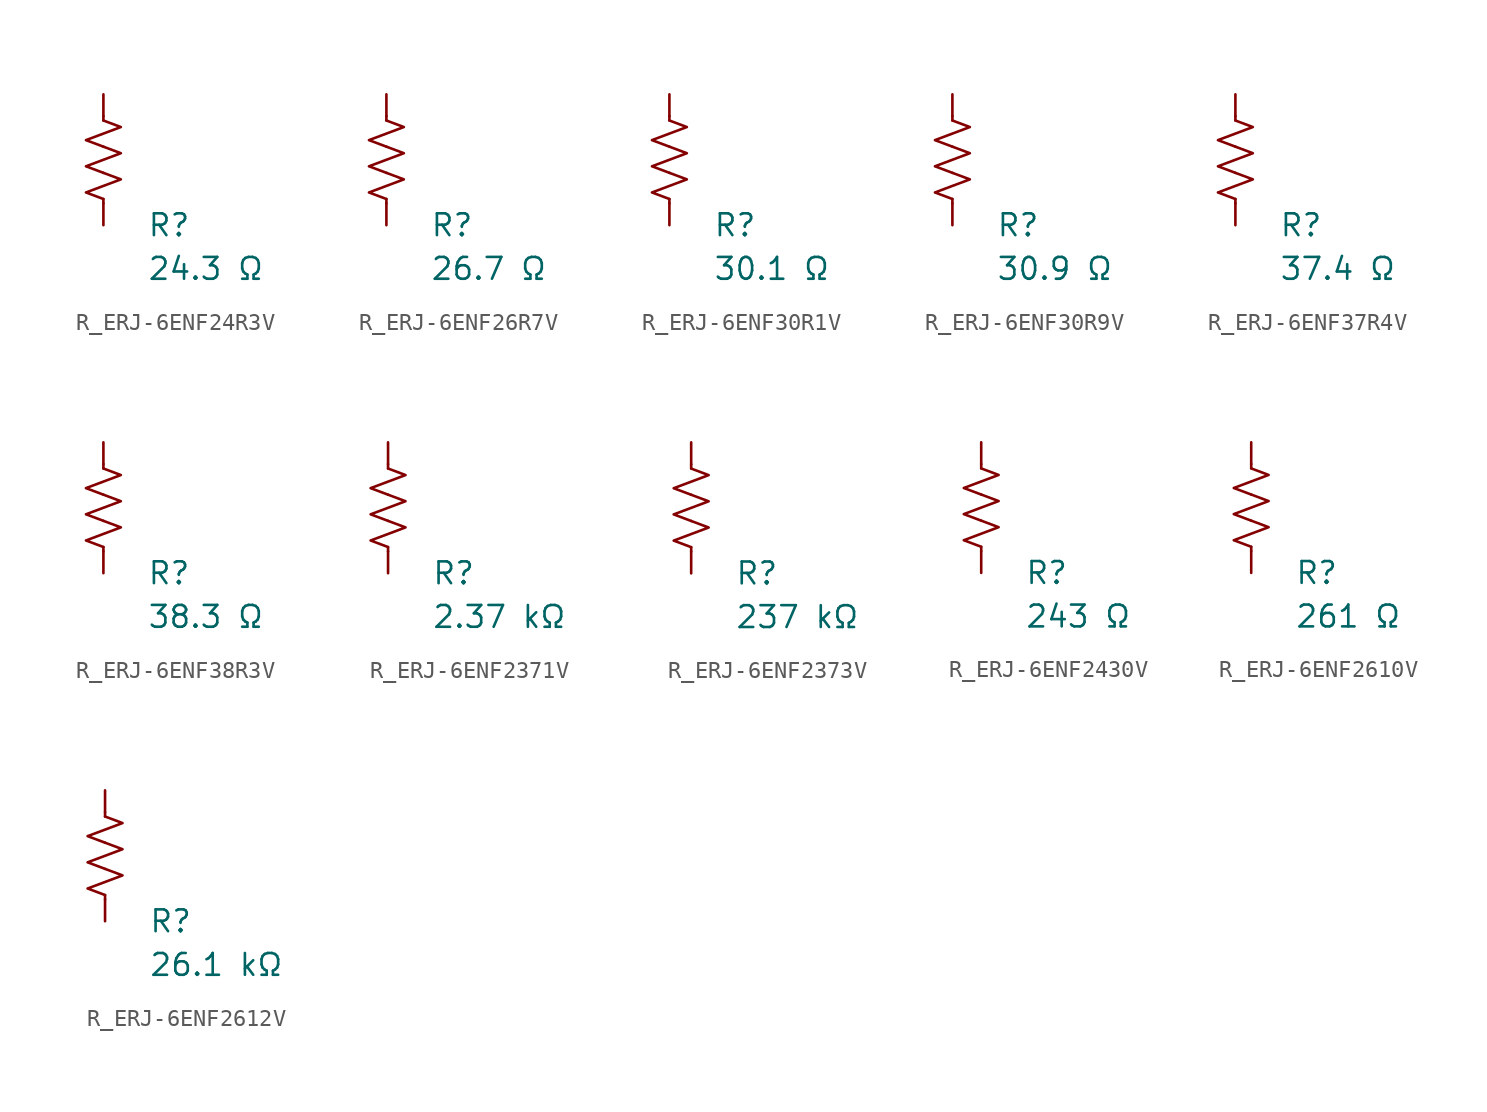
<source format=kicad_sym>
(kicad_symbol_lib
  (version 20231120)
  (generator "kicad_symbol_editor")
  (generator_version "8.0")
  (symbol "R_ERJ-6ENF24R3V"
    (pin_numbers hide)
    (pin_names
      (offset 0))
    (property "Reference" "R"
      (at 2.54 -3.81 0)
      (effects (font (size 1.27 1.27)) (justify left))
      (show_name no))
    (property "Value" "24.3 Ω"
      (at 2.54 -6.35 0)
      (effects (font (size 1.27 1.27)) (justify left))
      (show_name no))
    (symbol "R_ERJ-6ENF24R3V_0_1"
      (polyline (pts (xy 0 -2.286) (xy 0 -2.54)) (stroke (width 0) (type default)) (fill (type none)))
      (polyline (pts (xy 0 2.286) (xy 0 2.54)) (stroke (width 0) (type default)) (fill (type none)))
      (polyline (pts (xy 0 -0.762) (xy 1.016 -1.143) (xy 0 -1.524) (xy -1.016 -1.905) (xy 0 -2.286)) (stroke (width 0) (type default)) (fill (type none)))
      (polyline (pts (xy 0 0.762) (xy 1.016 0.381) (xy 0 0) (xy -1.016 -0.381) (xy 0 -0.762)) (stroke (width 0) (type default)) (fill (type none)))
      (polyline (pts (xy 0 2.286) (xy 1.016 1.905) (xy 0 1.524) (xy -1.016 1.143) (xy 0 0.762)) (stroke (width 0) (type default)) (fill (type none))))
    (symbol "R_ERJ-6ENF24R3V_1_1"
      (pin passive line (at 0 3.81 270) (length 1.27) (name "~" (effects (font (size 1.27 1.27)))) (number "1" (effects (font (size 1.27 1.27)))))
      (pin passive line (at 0 -3.81 90) (length 1.27) (name "~" (effects (font (size 1.27 1.27)))) (number "2" (effects (font (size 1.27 1.27)))))))
  (symbol "R_ERJ-6ENF26R7V"
    (pin_numbers hide)
    (pin_names
      (offset 0))
    (property "Reference" "R"
      (at 2.54 -3.81 0)
      (effects (font (size 1.27 1.27)) (justify left))
      (show_name no))
    (property "Value" "26.7 Ω"
      (at 2.54 -6.35 0)
      (effects (font (size 1.27 1.27)) (justify left))
      (show_name no))
    (symbol "R_ERJ-6ENF26R7V_0_1"
      (polyline (pts (xy 0 -2.286) (xy 0 -2.54)) (stroke (width 0) (type default)) (fill (type none)))
      (polyline (pts (xy 0 2.286) (xy 0 2.54)) (stroke (width 0) (type default)) (fill (type none)))
      (polyline (pts (xy 0 -0.762) (xy 1.016 -1.143) (xy 0 -1.524) (xy -1.016 -1.905) (xy 0 -2.286)) (stroke (width 0) (type default)) (fill (type none)))
      (polyline (pts (xy 0 0.762) (xy 1.016 0.381) (xy 0 0) (xy -1.016 -0.381) (xy 0 -0.762)) (stroke (width 0) (type default)) (fill (type none)))
      (polyline (pts (xy 0 2.286) (xy 1.016 1.905) (xy 0 1.524) (xy -1.016 1.143) (xy 0 0.762)) (stroke (width 0) (type default)) (fill (type none))))
    (symbol "R_ERJ-6ENF26R7V_1_1"
      (pin passive line (at 0 3.81 270) (length 1.27) (name "~" (effects (font (size 1.27 1.27)))) (number "1" (effects (font (size 1.27 1.27)))))
      (pin passive line (at 0 -3.81 90) (length 1.27) (name "~" (effects (font (size 1.27 1.27)))) (number "2" (effects (font (size 1.27 1.27)))))))
  (symbol "R_ERJ-6ENF30R1V"
    (pin_numbers hide)
    (pin_names
      (offset 0))
    (property "Reference" "R"
      (at 2.54 -3.81 0)
      (effects (font (size 1.27 1.27)) (justify left))
      (show_name no))
    (property "Value" "30.1 Ω"
      (at 2.54 -6.35 0)
      (effects (font (size 1.27 1.27)) (justify left))
      (show_name no))
    (symbol "R_ERJ-6ENF30R1V_0_1"
      (polyline (pts (xy 0 -2.286) (xy 0 -2.54)) (stroke (width 0) (type default)) (fill (type none)))
      (polyline (pts (xy 0 2.286) (xy 0 2.54)) (stroke (width 0) (type default)) (fill (type none)))
      (polyline (pts (xy 0 -0.762) (xy 1.016 -1.143) (xy 0 -1.524) (xy -1.016 -1.905) (xy 0 -2.286)) (stroke (width 0) (type default)) (fill (type none)))
      (polyline (pts (xy 0 0.762) (xy 1.016 0.381) (xy 0 0) (xy -1.016 -0.381) (xy 0 -0.762)) (stroke (width 0) (type default)) (fill (type none)))
      (polyline (pts (xy 0 2.286) (xy 1.016 1.905) (xy 0 1.524) (xy -1.016 1.143) (xy 0 0.762)) (stroke (width 0) (type default)) (fill (type none))))
    (symbol "R_ERJ-6ENF30R1V_1_1"
      (pin passive line (at 0 3.81 270) (length 1.27) (name "~" (effects (font (size 1.27 1.27)))) (number "1" (effects (font (size 1.27 1.27)))))
      (pin passive line (at 0 -3.81 90) (length 1.27) (name "~" (effects (font (size 1.27 1.27)))) (number "2" (effects (font (size 1.27 1.27)))))))
  (symbol "R_ERJ-6ENF30R9V"
    (pin_numbers hide)
    (pin_names
      (offset 0))
    (property "Reference" "R"
      (at 2.54 -3.81 0)
      (effects (font (size 1.27 1.27)) (justify left))
      (show_name no))
    (property "Value" "30.9 Ω"
      (at 2.54 -6.35 0)
      (effects (font (size 1.27 1.27)) (justify left))
      (show_name no))
    (symbol "R_ERJ-6ENF30R9V_0_1"
      (polyline (pts (xy 0 -2.286) (xy 0 -2.54)) (stroke (width 0) (type default)) (fill (type none)))
      (polyline (pts (xy 0 2.286) (xy 0 2.54)) (stroke (width 0) (type default)) (fill (type none)))
      (polyline (pts (xy 0 -0.762) (xy 1.016 -1.143) (xy 0 -1.524) (xy -1.016 -1.905) (xy 0 -2.286)) (stroke (width 0) (type default)) (fill (type none)))
      (polyline (pts (xy 0 0.762) (xy 1.016 0.381) (xy 0 0) (xy -1.016 -0.381) (xy 0 -0.762)) (stroke (width 0) (type default)) (fill (type none)))
      (polyline (pts (xy 0 2.286) (xy 1.016 1.905) (xy 0 1.524) (xy -1.016 1.143) (xy 0 0.762)) (stroke (width 0) (type default)) (fill (type none))))
    (symbol "R_ERJ-6ENF30R9V_1_1"
      (pin passive line (at 0 3.81 270) (length 1.27) (name "~" (effects (font (size 1.27 1.27)))) (number "1" (effects (font (size 1.27 1.27)))))
      (pin passive line (at 0 -3.81 90) (length 1.27) (name "~" (effects (font (size 1.27 1.27)))) (number "2" (effects (font (size 1.27 1.27)))))))
  (symbol "R_ERJ-6ENF37R4V"
    (pin_numbers hide)
    (pin_names
      (offset 0))
    (property "Reference" "R"
      (at 2.54 -3.81 0)
      (effects (font (size 1.27 1.27)) (justify left))
      (show_name no))
    (property "Value" "37.4 Ω"
      (at 2.54 -6.35 0)
      (effects (font (size 1.27 1.27)) (justify left))
      (show_name no))
    (symbol "R_ERJ-6ENF37R4V_0_1"
      (polyline (pts (xy 0 -2.286) (xy 0 -2.54)) (stroke (width 0) (type default)) (fill (type none)))
      (polyline (pts (xy 0 2.286) (xy 0 2.54)) (stroke (width 0) (type default)) (fill (type none)))
      (polyline (pts (xy 0 -0.762) (xy 1.016 -1.143) (xy 0 -1.524) (xy -1.016 -1.905) (xy 0 -2.286)) (stroke (width 0) (type default)) (fill (type none)))
      (polyline (pts (xy 0 0.762) (xy 1.016 0.381) (xy 0 0) (xy -1.016 -0.381) (xy 0 -0.762)) (stroke (width 0) (type default)) (fill (type none)))
      (polyline (pts (xy 0 2.286) (xy 1.016 1.905) (xy 0 1.524) (xy -1.016 1.143) (xy 0 0.762)) (stroke (width 0) (type default)) (fill (type none))))
    (symbol "R_ERJ-6ENF37R4V_1_1"
      (pin passive line (at 0 3.81 270) (length 1.27) (name "~" (effects (font (size 1.27 1.27)))) (number "1" (effects (font (size 1.27 1.27)))))
      (pin passive line (at 0 -3.81 90) (length 1.27) (name "~" (effects (font (size 1.27 1.27)))) (number "2" (effects (font (size 1.27 1.27)))))))
  (symbol "R_ERJ-6ENF38R3V"
    (pin_numbers hide)
    (pin_names
      (offset 0))
    (property "Reference" "R"
      (at 2.54 -3.81 0)
      (effects (font (size 1.27 1.27)) (justify left))
      (show_name no))
    (property "Value" "38.3 Ω"
      (at 2.54 -6.35 0)
      (effects (font (size 1.27 1.27)) (justify left))
      (show_name no))
    (symbol "R_ERJ-6ENF38R3V_0_1"
      (polyline (pts (xy 0 -2.286) (xy 0 -2.54)) (stroke (width 0) (type default)) (fill (type none)))
      (polyline (pts (xy 0 2.286) (xy 0 2.54)) (stroke (width 0) (type default)) (fill (type none)))
      (polyline (pts (xy 0 -0.762) (xy 1.016 -1.143) (xy 0 -1.524) (xy -1.016 -1.905) (xy 0 -2.286)) (stroke (width 0) (type default)) (fill (type none)))
      (polyline (pts (xy 0 0.762) (xy 1.016 0.381) (xy 0 0) (xy -1.016 -0.381) (xy 0 -0.762)) (stroke (width 0) (type default)) (fill (type none)))
      (polyline (pts (xy 0 2.286) (xy 1.016 1.905) (xy 0 1.524) (xy -1.016 1.143) (xy 0 0.762)) (stroke (width 0) (type default)) (fill (type none))))
    (symbol "R_ERJ-6ENF38R3V_1_1"
      (pin passive line (at 0 3.81 270) (length 1.27) (name "~" (effects (font (size 1.27 1.27)))) (number "1" (effects (font (size 1.27 1.27)))))
      (pin passive line (at 0 -3.81 90) (length 1.27) (name "~" (effects (font (size 1.27 1.27)))) (number "2" (effects (font (size 1.27 1.27)))))))
  (symbol "R_ERJ-6ENF2371V"
    (pin_numbers hide)
    (pin_names
      (offset 0))
    (property "Reference" "R"
      (at 2.54 -3.81 0)
      (effects (font (size 1.27 1.27)) (justify left))
      (show_name no))
    (property "Value" "2.37 kΩ"
      (at 2.54 -6.35 0)
      (effects (font (size 1.27 1.27)) (justify left))
      (show_name no))
    (symbol "R_ERJ-6ENF2371V_0_1"
      (polyline (pts (xy 0 -2.286) (xy 0 -2.54)) (stroke (width 0) (type default)) (fill (type none)))
      (polyline (pts (xy 0 2.286) (xy 0 2.54)) (stroke (width 0) (type default)) (fill (type none)))
      (polyline (pts (xy 0 -0.762) (xy 1.016 -1.143) (xy 0 -1.524) (xy -1.016 -1.905) (xy 0 -2.286)) (stroke (width 0) (type default)) (fill (type none)))
      (polyline (pts (xy 0 0.762) (xy 1.016 0.381) (xy 0 0) (xy -1.016 -0.381) (xy 0 -0.762)) (stroke (width 0) (type default)) (fill (type none)))
      (polyline (pts (xy 0 2.286) (xy 1.016 1.905) (xy 0 1.524) (xy -1.016 1.143) (xy 0 0.762)) (stroke (width 0) (type default)) (fill (type none))))
    (symbol "R_ERJ-6ENF2371V_1_1"
      (pin passive line (at 0 3.81 270) (length 1.27) (name "~" (effects (font (size 1.27 1.27)))) (number "1" (effects (font (size 1.27 1.27)))))
      (pin passive line (at 0 -3.81 90) (length 1.27) (name "~" (effects (font (size 1.27 1.27)))) (number "2" (effects (font (size 1.27 1.27)))))))
  (symbol "R_ERJ-6ENF2373V"
    (pin_numbers hide)
    (pin_names
      (offset 0))
    (property "Reference" "R"
      (at 2.54 -3.81 0)
      (effects (font (size 1.27 1.27)) (justify left))
      (show_name no))
    (property "Value" "237 kΩ"
      (at 2.54 -6.35 0)
      (effects (font (size 1.27 1.27)) (justify left))
      (show_name no))
    (symbol "R_ERJ-6ENF2373V_0_1"
      (polyline (pts (xy 0 -2.286) (xy 0 -2.54)) (stroke (width 0) (type default)) (fill (type none)))
      (polyline (pts (xy 0 2.286) (xy 0 2.54)) (stroke (width 0) (type default)) (fill (type none)))
      (polyline (pts (xy 0 -0.762) (xy 1.016 -1.143) (xy 0 -1.524) (xy -1.016 -1.905) (xy 0 -2.286)) (stroke (width 0) (type default)) (fill (type none)))
      (polyline (pts (xy 0 0.762) (xy 1.016 0.381) (xy 0 0) (xy -1.016 -0.381) (xy 0 -0.762)) (stroke (width 0) (type default)) (fill (type none)))
      (polyline (pts (xy 0 2.286) (xy 1.016 1.905) (xy 0 1.524) (xy -1.016 1.143) (xy 0 0.762)) (stroke (width 0) (type default)) (fill (type none))))
    (symbol "R_ERJ-6ENF2373V_1_1"
      (pin passive line (at 0 3.81 270) (length 1.27) (name "~" (effects (font (size 1.27 1.27)))) (number "1" (effects (font (size 1.27 1.27)))))
      (pin passive line (at 0 -3.81 90) (length 1.27) (name "~" (effects (font (size 1.27 1.27)))) (number "2" (effects (font (size 1.27 1.27)))))))
  (symbol "R_ERJ-6ENF2430V"
    (pin_numbers hide)
    (pin_names
      (offset 0))
    (property "Reference" "R"
      (at 2.54 -3.81 0)
      (effects (font (size 1.27 1.27)) (justify left))
      (show_name no))
    (property "Value" "243 Ω"
      (at 2.54 -6.35 0)
      (effects (font (size 1.27 1.27)) (justify left))
      (show_name no))
    (symbol "R_ERJ-6ENF2430V_0_1"
      (polyline (pts (xy 0 -2.286) (xy 0 -2.54)) (stroke (width 0) (type default)) (fill (type none)))
      (polyline (pts (xy 0 2.286) (xy 0 2.54)) (stroke (width 0) (type default)) (fill (type none)))
      (polyline (pts (xy 0 -0.762) (xy 1.016 -1.143) (xy 0 -1.524) (xy -1.016 -1.905) (xy 0 -2.286)) (stroke (width 0) (type default)) (fill (type none)))
      (polyline (pts (xy 0 0.762) (xy 1.016 0.381) (xy 0 0) (xy -1.016 -0.381) (xy 0 -0.762)) (stroke (width 0) (type default)) (fill (type none)))
      (polyline (pts (xy 0 2.286) (xy 1.016 1.905) (xy 0 1.524) (xy -1.016 1.143) (xy 0 0.762)) (stroke (width 0) (type default)) (fill (type none))))
    (symbol "R_ERJ-6ENF2430V_1_1"
      (pin passive line (at 0 3.81 270) (length 1.27) (name "~" (effects (font (size 1.27 1.27)))) (number "1" (effects (font (size 1.27 1.27)))))
      (pin passive line (at 0 -3.81 90) (length 1.27) (name "~" (effects (font (size 1.27 1.27)))) (number "2" (effects (font (size 1.27 1.27)))))))
  (symbol "R_ERJ-6ENF2610V"
    (pin_numbers hide)
    (pin_names
      (offset 0))
    (property "Reference" "R"
      (at 2.54 -3.81 0)
      (effects (font (size 1.27 1.27)) (justify left))
      (show_name no))
    (property "Value" "261 Ω"
      (at 2.54 -6.35 0)
      (effects (font (size 1.27 1.27)) (justify left))
      (show_name no))
    (symbol "R_ERJ-6ENF2610V_0_1"
      (polyline (pts (xy 0 -2.286) (xy 0 -2.54)) (stroke (width 0) (type default)) (fill (type none)))
      (polyline (pts (xy 0 2.286) (xy 0 2.54)) (stroke (width 0) (type default)) (fill (type none)))
      (polyline (pts (xy 0 -0.762) (xy 1.016 -1.143) (xy 0 -1.524) (xy -1.016 -1.905) (xy 0 -2.286)) (stroke (width 0) (type default)) (fill (type none)))
      (polyline (pts (xy 0 0.762) (xy 1.016 0.381) (xy 0 0) (xy -1.016 -0.381) (xy 0 -0.762)) (stroke (width 0) (type default)) (fill (type none)))
      (polyline (pts (xy 0 2.286) (xy 1.016 1.905) (xy 0 1.524) (xy -1.016 1.143) (xy 0 0.762)) (stroke (width 0) (type default)) (fill (type none))))
    (symbol "R_ERJ-6ENF2610V_1_1"
      (pin passive line (at 0 3.81 270) (length 1.27) (name "~" (effects (font (size 1.27 1.27)))) (number "1" (effects (font (size 1.27 1.27)))))
      (pin passive line (at 0 -3.81 90) (length 1.27) (name "~" (effects (font (size 1.27 1.27)))) (number "2" (effects (font (size 1.27 1.27)))))))
  (symbol "R_ERJ-6ENF2612V"
    (pin_numbers hide)
    (pin_names
      (offset 0))
    (property "Reference" "R"
      (at 2.54 -3.81 0)
      (effects (font (size 1.27 1.27)) (justify left))
      (show_name no))
    (property "Value" "26.1 kΩ"
      (at 2.54 -6.35 0)
      (effects (font (size 1.27 1.27)) (justify left))
      (show_name no))
    (symbol "R_ERJ-6ENF2612V_0_1"
      (polyline (pts (xy 0 -2.286) (xy 0 -2.54)) (stroke (width 0) (type default)) (fill (type none)))
      (polyline (pts (xy 0 2.286) (xy 0 2.54)) (stroke (width 0) (type default)) (fill (type none)))
      (polyline (pts (xy 0 -0.762) (xy 1.016 -1.143) (xy 0 -1.524) (xy -1.016 -1.905) (xy 0 -2.286)) (stroke (width 0) (type default)) (fill (type none)))
      (polyline (pts (xy 0 0.762) (xy 1.016 0.381) (xy 0 0) (xy -1.016 -0.381) (xy 0 -0.762)) (stroke (width 0) (type default)) (fill (type none)))
      (polyline (pts (xy 0 2.286) (xy 1.016 1.905) (xy 0 1.524) (xy -1.016 1.143) (xy 0 0.762)) (stroke (width 0) (type default)) (fill (type none))))
    (symbol "R_ERJ-6ENF2612V_1_1"
      (pin passive line (at 0 3.81 270) (length 1.27) (name "~" (effects (font (size 1.27 1.27)))) (number "1" (effects (font (size 1.27 1.27)))))
      (pin passive line (at 0 -3.81 90) (length 1.27) (name "~" (effects (font (size 1.27 1.27)))) (number "2" (effects (font (size 1.27 1.27))))))))
</source>
